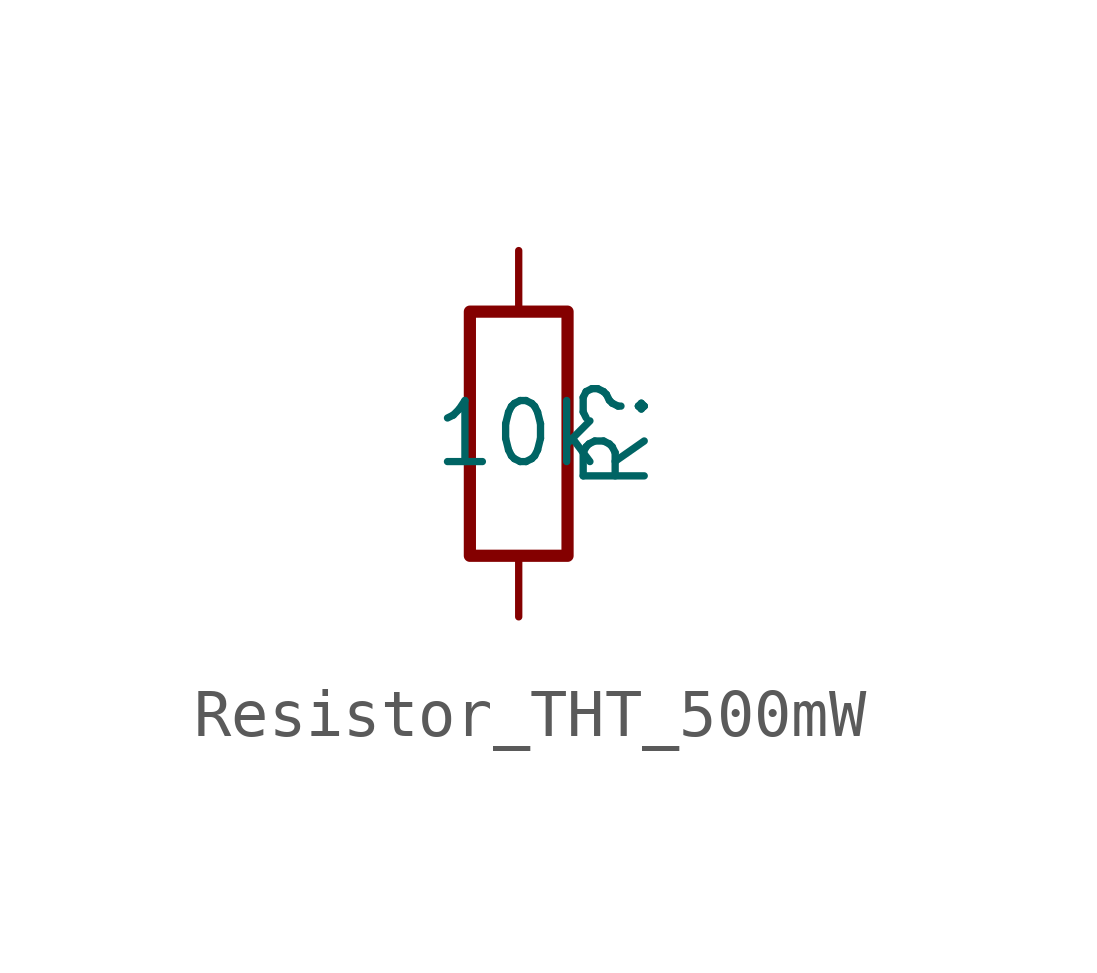
<source format=kicad_sym>
(kicad_symbol_lib
  (version 20231120)
  (generator "kicad_symbol_editor")
  (generator_version "8.0")
  (symbol "Resistor_THT_500mW "
    (pin_numbers hide)
    (pin_names
      (offset 0))
    (property "Reference" "R"
      (at 2.032 0 90)
      (effects (font (size 1.27 1.27))))
    (property "Value" "10k"
      (at 0 0 0)
      (effects (font (size 1.27 1.27))))
    (symbol "Resistor_THT_500mW _0_1"
      (rectangle (start -1.016 -2.54) (end 1.016 2.54) (stroke (width 0.254) (type default)) (fill (type none))))
    (symbol "Resistor_THT_500mW _1_1"
      (pin passive line (at 0 3.81 270) (length 1.27) (name "~" (effects (font (size 1.27 1.27)))) (number "1" (effects (font (size 1.27 1.27)))))
      (pin passive line (at 0 -3.81 90) (length 1.27) (name "~" (effects (font (size 1.27 1.27)))) (number "2" (effects (font (size 1.27 1.27))))))))
</source>
